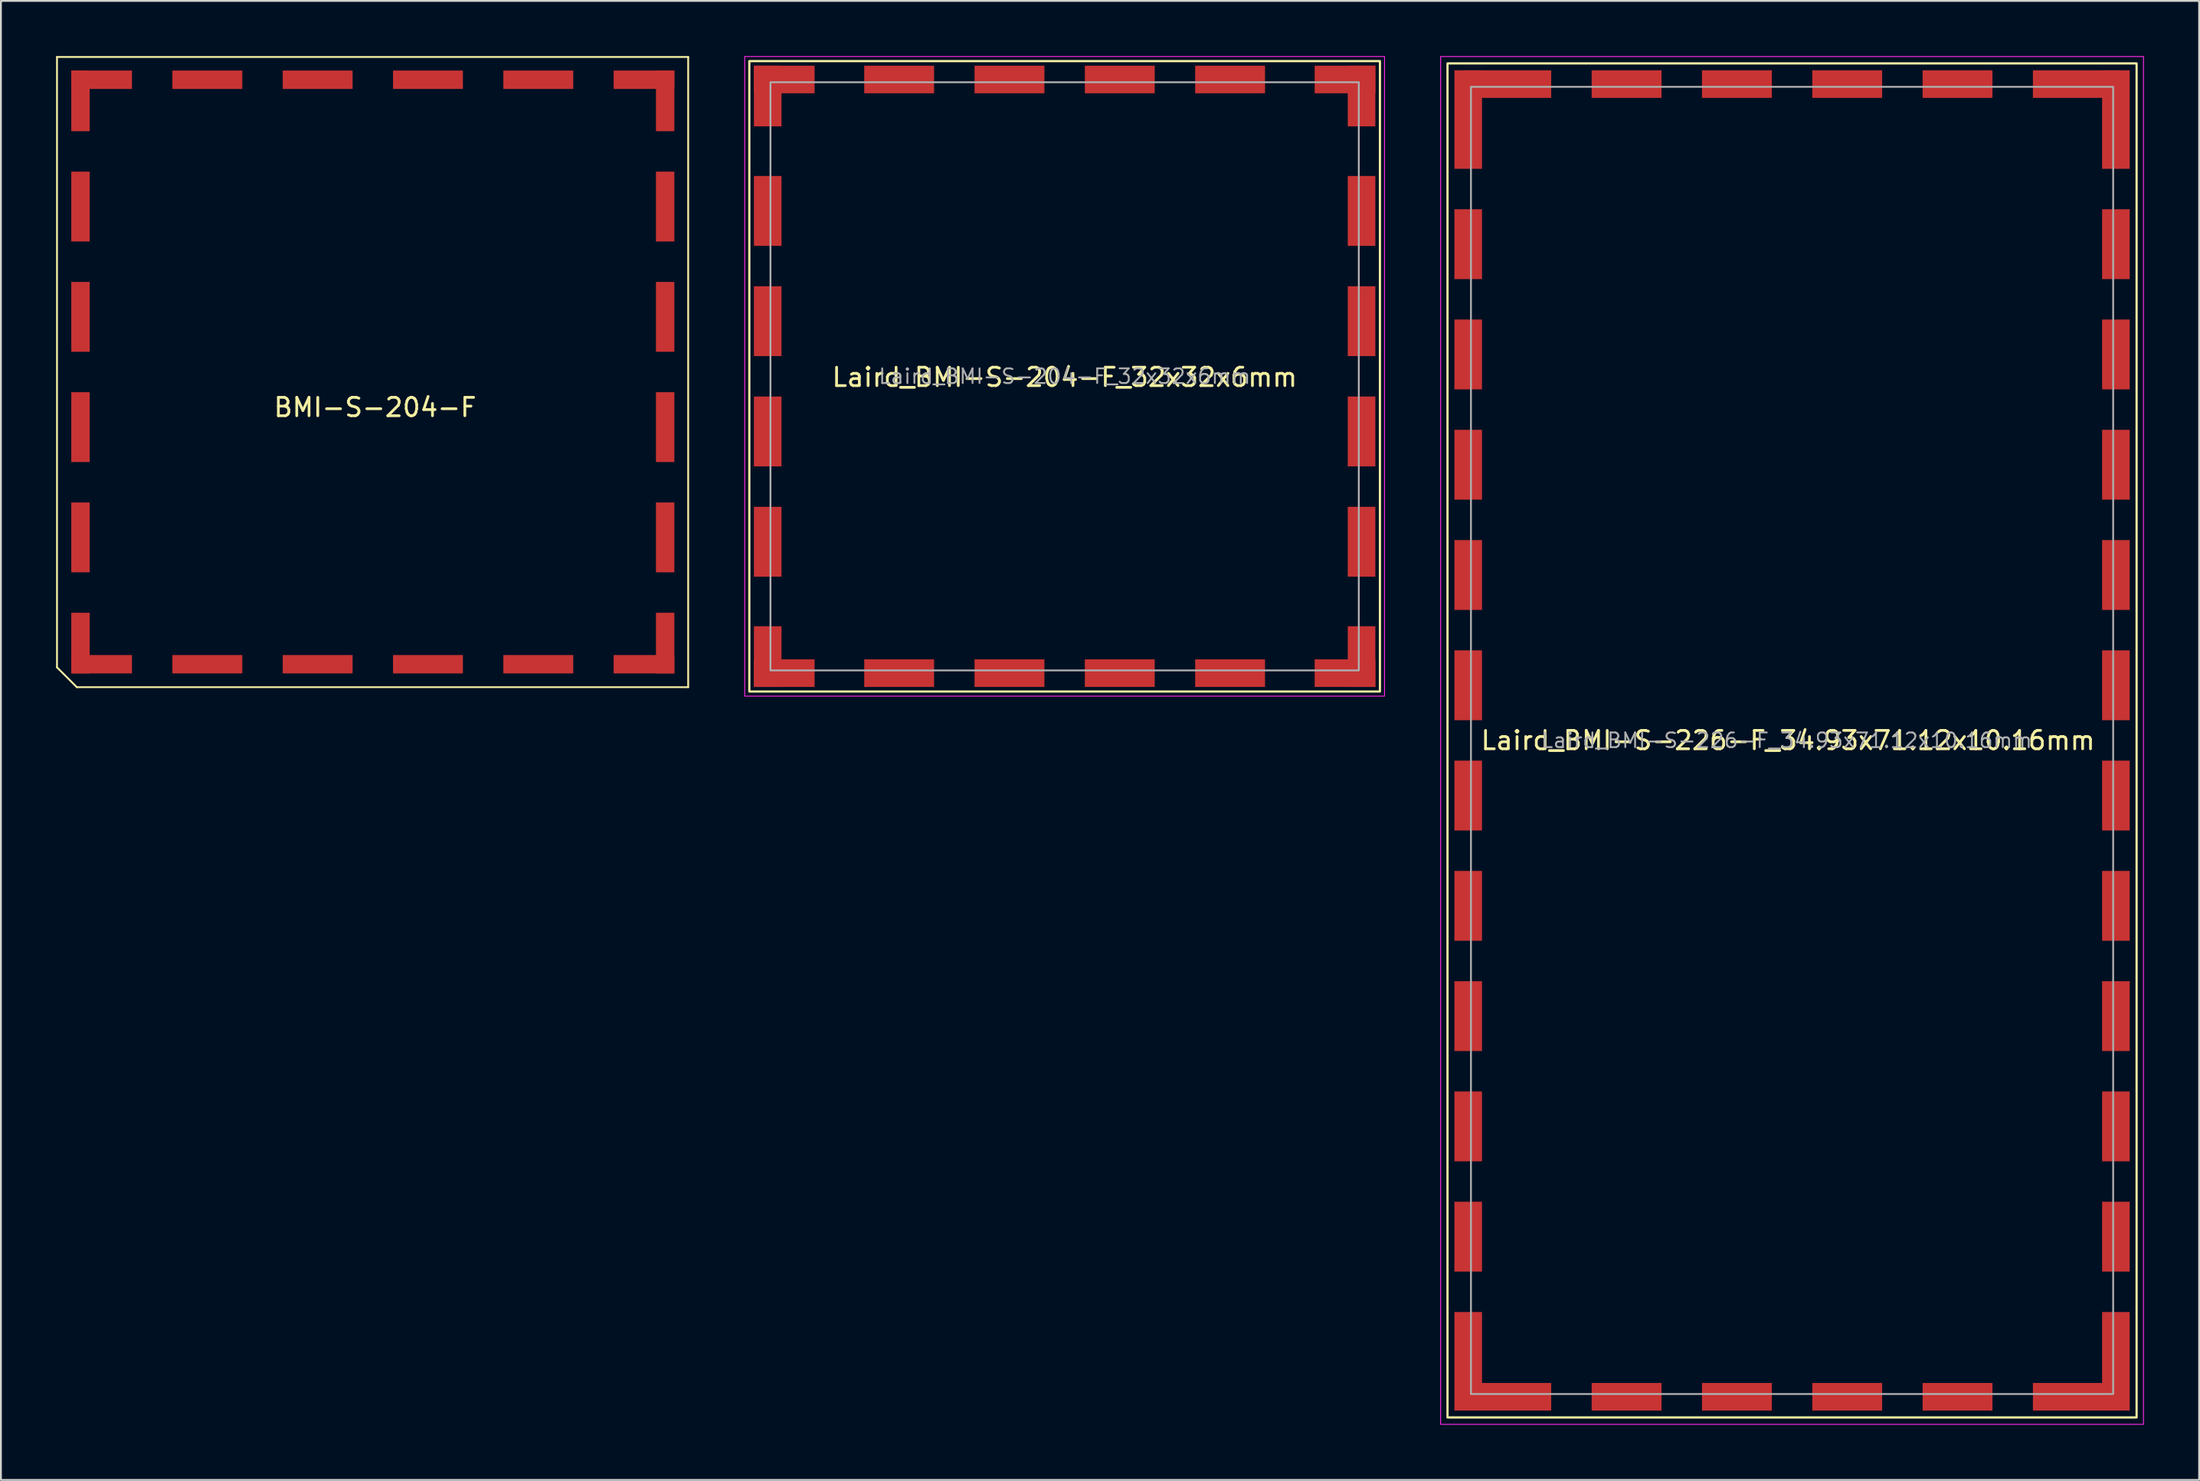
<source format=kicad_pcb>
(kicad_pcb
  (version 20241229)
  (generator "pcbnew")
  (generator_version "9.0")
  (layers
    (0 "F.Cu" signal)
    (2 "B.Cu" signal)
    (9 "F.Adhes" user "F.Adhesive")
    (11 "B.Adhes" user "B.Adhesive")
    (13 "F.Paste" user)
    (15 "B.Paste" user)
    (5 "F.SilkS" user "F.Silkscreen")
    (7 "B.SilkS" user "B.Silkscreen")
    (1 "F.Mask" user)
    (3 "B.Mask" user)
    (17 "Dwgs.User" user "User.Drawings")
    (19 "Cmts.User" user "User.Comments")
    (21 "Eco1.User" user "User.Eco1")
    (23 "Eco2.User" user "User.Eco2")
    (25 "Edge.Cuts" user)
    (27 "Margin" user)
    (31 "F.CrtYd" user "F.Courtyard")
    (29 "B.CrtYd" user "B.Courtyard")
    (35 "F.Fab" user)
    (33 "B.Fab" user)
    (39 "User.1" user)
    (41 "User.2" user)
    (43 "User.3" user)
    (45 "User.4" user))
  (footprint "Laird_BMI-S-226-F_34.93x71.12x10.16mm"
    (layer "F.Cu")
    (at 94.421 37.235)
    (property "Reference" "Laird_BMI-S-226-F_34.93x71.12x10.16mm" (at -0.22 0 0) (layer "F.SilkS") (effects (font (size 1 1) (thickness 0.15))))
    (attr smd)
    (fp_rect (start -18.74 -36.835) (end 18.74 36.835) (stroke (width 0.12) (type default)) (fill no) (layer "F.SilkS"))
    (fp_rect (start -19.115 -37.21) (end 19.115 37.21) (stroke (width 0.05) (type default)) (fill no) (layer "F.CrtYd"))
    (fp_rect (start -17.465 -35.56) (end 17.465 35.56) (stroke (width 0.1) (type default)) (fill no) (layer "F.Fab"))
    (fp_text user "${REFERENCE}" (at -0.29 0 0) (layer "F.Fab") (effects (font (size 0.8 0.8) (thickness 0.1))))
    (pad "1" smd rect (at -15.48 35.71) (size 4.76 1.5) (layers "F.Cu" "F.Mask" "F.Paste"))
    (pad "2" smd rect (at -9 35.71) (size 3.8 1.5) (layers "F.Cu" "F.Mask" "F.Paste"))
    (pad "3" smd rect (at -3 35.71) (size 3.8 1.5) (layers "F.Cu" "F.Mask" "F.Paste"))
    (pad "4" smd rect (at 3 35.71) (size 3.8 1.5) (layers "F.Cu" "F.Mask" "F.Paste"))
    (pad "5" smd rect (at 9 35.71) (size 3.8 1.5) (layers "F.Cu" "F.Mask" "F.Paste"))
    (pad "6" smd rect (at 15.48 35.71) (size 4.76 1.5) (layers "F.Cu" "F.Mask" "F.Paste"))
    (pad "7" smd rect (at 17.615 33.78) (size 1.5 5.36) (layers "F.Cu" "F.Mask" "F.Paste"))
    (pad "8" smd rect (at 17.615 27) (size 1.5 3.8) (layers "F.Cu" "F.Mask" "F.Paste"))
    (pad "9" smd rect (at 17.615 21) (size 1.5 3.8) (layers "F.Cu" "F.Mask" "F.Paste"))
    (pad "10" smd rect (at 17.615 15) (size 1.5 3.8) (layers "F.Cu" "F.Mask" "F.Paste"))
    (pad "11" smd rect (at 17.615 9) (size 1.5 3.8) (layers "F.Cu" "F.Mask" "F.Paste"))
    (pad "12" smd rect (at 17.615 3) (size 1.5 3.8) (layers "F.Cu" "F.Mask" "F.Paste"))
    (pad "13" smd rect (at 17.615 -3) (size 1.5 3.8) (layers "F.Cu" "F.Mask" "F.Paste"))
    (pad "14" smd rect (at 17.615 -9) (size 1.5 3.8) (layers "F.Cu" "F.Mask" "F.Paste"))
    (pad "15" smd rect (at 17.615 -15) (size 1.5 3.8) (layers "F.Cu" "F.Mask" "F.Paste"))
    (pad "16" smd rect (at 17.615 -21) (size 1.5 3.8) (layers "F.Cu" "F.Mask" "F.Paste"))
    (pad "17" smd rect (at 17.615 -27) (size 1.5 3.8) (layers "F.Cu" "F.Mask" "F.Paste"))
    (pad "18" smd rect (at 17.615 -33.78) (size 1.5 5.36) (layers "F.Cu" "F.Mask" "F.Paste"))
    (pad "19" smd rect (at 15.48 -35.71) (size 4.76 1.5) (layers "F.Cu" "F.Mask" "F.Paste"))
    (pad "20" smd rect (at 9 -35.71) (size 3.8 1.5) (layers "F.Cu" "F.Mask" "F.Paste"))
    (pad "21" smd rect (at 3 -35.71) (size 3.8 1.5) (layers "F.Cu" "F.Mask" "F.Paste"))
    (pad "22" smd rect (at -3 -35.71) (size 3.8 1.5) (layers "F.Cu" "F.Mask" "F.Paste"))
    (pad "23" smd rect (at -9 -35.71) (size 3.8 1.5) (layers "F.Cu" "F.Mask" "F.Paste"))
    (pad "24" smd rect (at -15.48 -35.71) (size 4.76 1.5) (layers "F.Cu" "F.Mask" "F.Paste"))
    (pad "25" smd rect (at -17.615 -33.78) (size 1.5 5.36) (layers "F.Cu" "F.Mask" "F.Paste"))
    (pad "26" smd rect (at -17.615 -27) (size 1.5 3.8) (layers "F.Cu" "F.Mask" "F.Paste"))
    (pad "27" smd rect (at -17.615 -21) (size 1.5 3.8) (layers "F.Cu" "F.Mask" "F.Paste"))
    (pad "28" smd rect (at -17.615 -15) (size 1.5 3.8) (layers "F.Cu" "F.Mask" "F.Paste"))
    (pad "29" smd rect (at -17.615 -9) (size 1.5 3.8) (layers "F.Cu" "F.Mask" "F.Paste"))
    (pad "30" smd rect (at -17.615 -3) (size 1.5 3.8) (layers "F.Cu" "F.Mask" "F.Paste"))
    (pad "31" smd rect (at -17.615 3) (size 1.5 3.8) (layers "F.Cu" "F.Mask" "F.Paste"))
    (pad "32" smd rect (at -17.615 9) (size 1.5 3.8) (layers "F.Cu" "F.Mask" "F.Paste"))
    (pad "33" smd rect (at -17.615 15) (size 1.5 3.8) (layers "F.Cu" "F.Mask" "F.Paste"))
    (pad "34" smd rect (at -17.615 21) (size 1.5 3.8) (layers "F.Cu" "F.Mask" "F.Paste"))
    (pad "35" smd rect (at -17.615 27) (size 1.5 3.8) (layers "F.Cu" "F.Mask" "F.Paste"))
    (pad "36" smd rect (at -17.615 33.78) (size 1.5 5.36) (layers "F.Cu" "F.Mask" "F.Paste")))
  (footprint "Laird_BMI-S-204-F_32x32x6mm"
    (layer "F.Cu")
    (at 54.856 17.425)
    (property "Reference" "Laird_BMI-S-204-F_32x32x6mm" (at 0 0.05 0) (layer "F.SilkS") (effects (font (size 1 1) (thickness 0.15))))
    (attr through_hole)
    (fp_rect (start -17.15 -17.15) (end 17.15 17.15) (stroke (width 0.12) (type default)) (fill no) (layer "F.SilkS"))
    (fp_rect (start -17.4 -17.4) (end 17.4 17.4) (stroke (width 0.05) (type default)) (fill no) (layer "F.CrtYd"))
    (fp_rect (start -16 -16) (end 16 16) (stroke (width 0.1) (type default)) (fill no) (layer "F.Fab"))
    (fp_text user "${REFERENCE}" (at 0 0 0) (layer "F.Fab") (effects (font (size 0.8 0.8) (thickness 0.1))))
    (pad "1" smd rect (at -15.25 16.15) (size 3.3 1.5) (layers "F.Cu" "F.Mask" "F.Paste"))
    (pad "2" smd rect (at -9 16.15) (size 3.8 1.5) (layers "F.Cu" "F.Mask" "F.Paste"))
    (pad "3" smd rect (at -3 16.15) (size 3.8 1.5) (layers "F.Cu" "F.Mask" "F.Paste"))
    (pad "4" smd rect (at 3 16.15) (size 3.8 1.5) (layers "F.Cu" "F.Mask" "F.Paste"))
    (pad "5" smd rect (at 9 16.15) (size 3.8 1.5) (layers "F.Cu" "F.Mask" "F.Paste"))
    (pad "6" smd rect (at 15.25 16.15) (size 3.3 1.5) (layers "F.Cu" "F.Mask" "F.Paste"))
    (pad "7" smd rect (at 16.15 15.25) (size 1.5 3.3) (layers "F.Cu" "F.Mask" "F.Paste"))
    (pad "8" smd rect (at 16.15 9) (size 1.5 3.8) (layers "F.Cu" "F.Mask" "F.Paste"))
    (pad "9" smd rect (at 16.15 3) (size 1.5 3.8) (layers "F.Cu" "F.Mask" "F.Paste"))
    (pad "10" smd rect (at 16.15 -3) (size 1.5 3.8) (layers "F.Cu" "F.Mask" "F.Paste"))
    (pad "11" smd rect (at 16.15 -9) (size 1.5 3.8) (layers "F.Cu" "F.Mask" "F.Paste"))
    (pad "12" smd rect (at 16.15 -15.25) (size 1.5 3.3) (layers "F.Cu" "F.Mask" "F.Paste"))
    (pad "13" smd rect (at 15.25 -16.15) (size 3.3 1.5) (layers "F.Cu" "F.Mask" "F.Paste"))
    (pad "14" smd rect (at 9 -16.15) (size 3.8 1.5) (layers "F.Cu" "F.Mask" "F.Paste"))
    (pad "15" smd rect (at 3 -16.15) (size 3.8 1.5) (layers "F.Cu" "F.Mask" "F.Paste"))
    (pad "16" smd rect (at -3 -16.15) (size 3.8 1.5) (layers "F.Cu" "F.Mask" "F.Paste"))
    (pad "17" smd rect (at -9 -16.15) (size 3.8 1.5) (layers "F.Cu" "F.Mask" "F.Paste"))
    (pad "18" smd rect (at -15.25 -16.15) (size 3.3 1.5) (layers "F.Cu" "F.Mask" "F.Paste"))
    (pad "19" smd rect (at -16.15 -15.25) (size 1.5 3.3) (layers "F.Cu" "F.Mask" "F.Paste"))
    (pad "20" smd rect (at -16.15 -9) (size 1.5 3.8) (layers "F.Cu" "F.Mask" "F.Paste"))
    (pad "21" smd rect (at -16.15 -3) (size 1.5 3.8) (layers "F.Cu" "F.Mask" "F.Paste"))
    (pad "22" smd rect (at -16.15 3) (size 1.5 3.8) (layers "F.Cu" "F.Mask" "F.Paste"))
    (pad "23" smd rect (at -16.15 9) (size 1.5 3.8) (layers "F.Cu" "F.Mask" "F.Paste"))
    (pad "24" smd rect (at -16.15 15.25) (size 1.5 3.3) (layers "F.Cu" "F.Mask" "F.Paste")))
  (footprint "BMI-S-204-F"
    (layer "F.Cu")
    (at 2.478 33.089)
    (property "Reference" "BMI-S-204-F" (at 14.875 -13.975 0) (layer "F.SilkS") (effects (font (size 1 1) (thickness 0.15))))
    (attr through_hole)
    (fp_line (start -2.428 -33.039) (end 31.903 -33.039) (stroke (width 0.1) (type solid)) (layer "F.SilkS"))
    (fp_line (start -2.428 0.17) (end -2.428 -33.039) (stroke (width 0.1) (type solid)) (layer "F.SilkS"))
    (fp_line (start -2.428 0.17) (end -1.349 1.249) (stroke (width 0.1) (type solid)) (layer "F.SilkS"))
    (fp_line (start -1.349 1.249) (end 31.9 1.249) (stroke (width 0.1) (type solid)) (layer "F.SilkS"))
    (fp_line (start 31.903 -33.039) (end 31.903 1.249) (stroke (width 0.1) (type solid)) (layer "F.SilkS"))
    (pad "1" smd rect (at 0 0) (size 3.3 1) (layers "F.Cu" "F.Mask" "F.Paste"))
    (pad "2" smd rect (at 5.75 0) (size 3.8 1) (layers "F.Cu" "F.Mask" "F.Paste"))
    (pad "3" smd rect (at 11.75 0) (size 3.8 1) (layers "F.Cu" "F.Mask" "F.Paste"))
    (pad "4" smd rect (at 17.75 0) (size 3.8 1) (layers "F.Cu" "F.Mask" "F.Paste"))
    (pad "5" smd rect (at 23.75 0) (size 3.8 1) (layers "F.Cu" "F.Mask" "F.Paste"))
    (pad "6" smd rect (at 29.5 0) (size 3.3 1) (layers "F.Cu" "F.Mask" "F.Paste"))
    (pad "7" smd rect (at 30.65 -1.15) (size 1 3.3) (layers "F.Cu" "F.Mask" "F.Paste"))
    (pad "8" smd rect (at 30.65 -6.9) (size 1 3.8) (layers "F.Cu" "F.Mask" "F.Paste"))
    (pad "9" smd rect (at 30.65 -12.9) (size 1 3.8) (layers "F.Cu" "F.Mask" "F.Paste"))
    (pad "10" smd rect (at 30.65 -18.9) (size 1 3.8) (layers "F.Cu" "F.Mask" "F.Paste"))
    (pad "11" smd rect (at 30.65 -24.9) (size 1 3.8) (layers "F.Cu" "F.Mask" "F.Paste"))
    (pad "12" smd rect (at 30.65 -30.65) (size 1 3.3) (layers "F.Cu" "F.Mask" "F.Paste"))
    (pad "13" smd rect (at 29.5 -31.8) (size 3.3 1) (layers "F.Cu" "F.Mask" "F.Paste"))
    (pad "14" smd rect (at 23.75 -31.8) (size 3.8 1) (layers "F.Cu" "F.Mask" "F.Paste"))
    (pad "15" smd rect (at 17.75 -31.8) (size 3.8 1) (layers "F.Cu" "F.Mask" "F.Paste"))
    (pad "16" smd rect (at 11.75 -31.8) (size 3.8 1) (layers "F.Cu" "F.Mask" "F.Paste"))
    (pad "17" smd rect (at 5.75 -31.8) (size 3.8 1) (layers "F.Cu" "F.Mask" "F.Paste"))
    (pad "18" smd rect (at 0 -31.8) (size 3.3 1) (layers "F.Cu" "F.Mask" "F.Paste"))
    (pad "19" smd rect (at -1.15 -30.65) (size 1 3.3) (layers "F.Cu" "F.Mask" "F.Paste"))
    (pad "20" smd rect (at -1.15 -24.9) (size 1 3.8) (layers "F.Cu" "F.Mask" "F.Paste"))
    (pad "21" smd rect (at -1.15 -18.9) (size 1 3.8) (layers "F.Cu" "F.Mask" "F.Paste"))
    (pad "22" smd rect (at -1.15 -12.9) (size 1 3.8) (layers "F.Cu" "F.Mask" "F.Paste"))
    (pad "23" smd rect (at -1.15 -6.9) (size 1 3.8) (layers "F.Cu" "F.Mask" "F.Paste"))
    (pad "24" smd rect (at -1.15 -1.15) (size 1 3.3) (layers "F.Cu" "F.Mask" "F.Paste")))
  (gr_rect
    (start -3 -3)
    (end 116.561 77.47)
    (stroke (width 0.1) (type default))
    (fill no)
    (layer "Edge.Cuts")))
</source>
